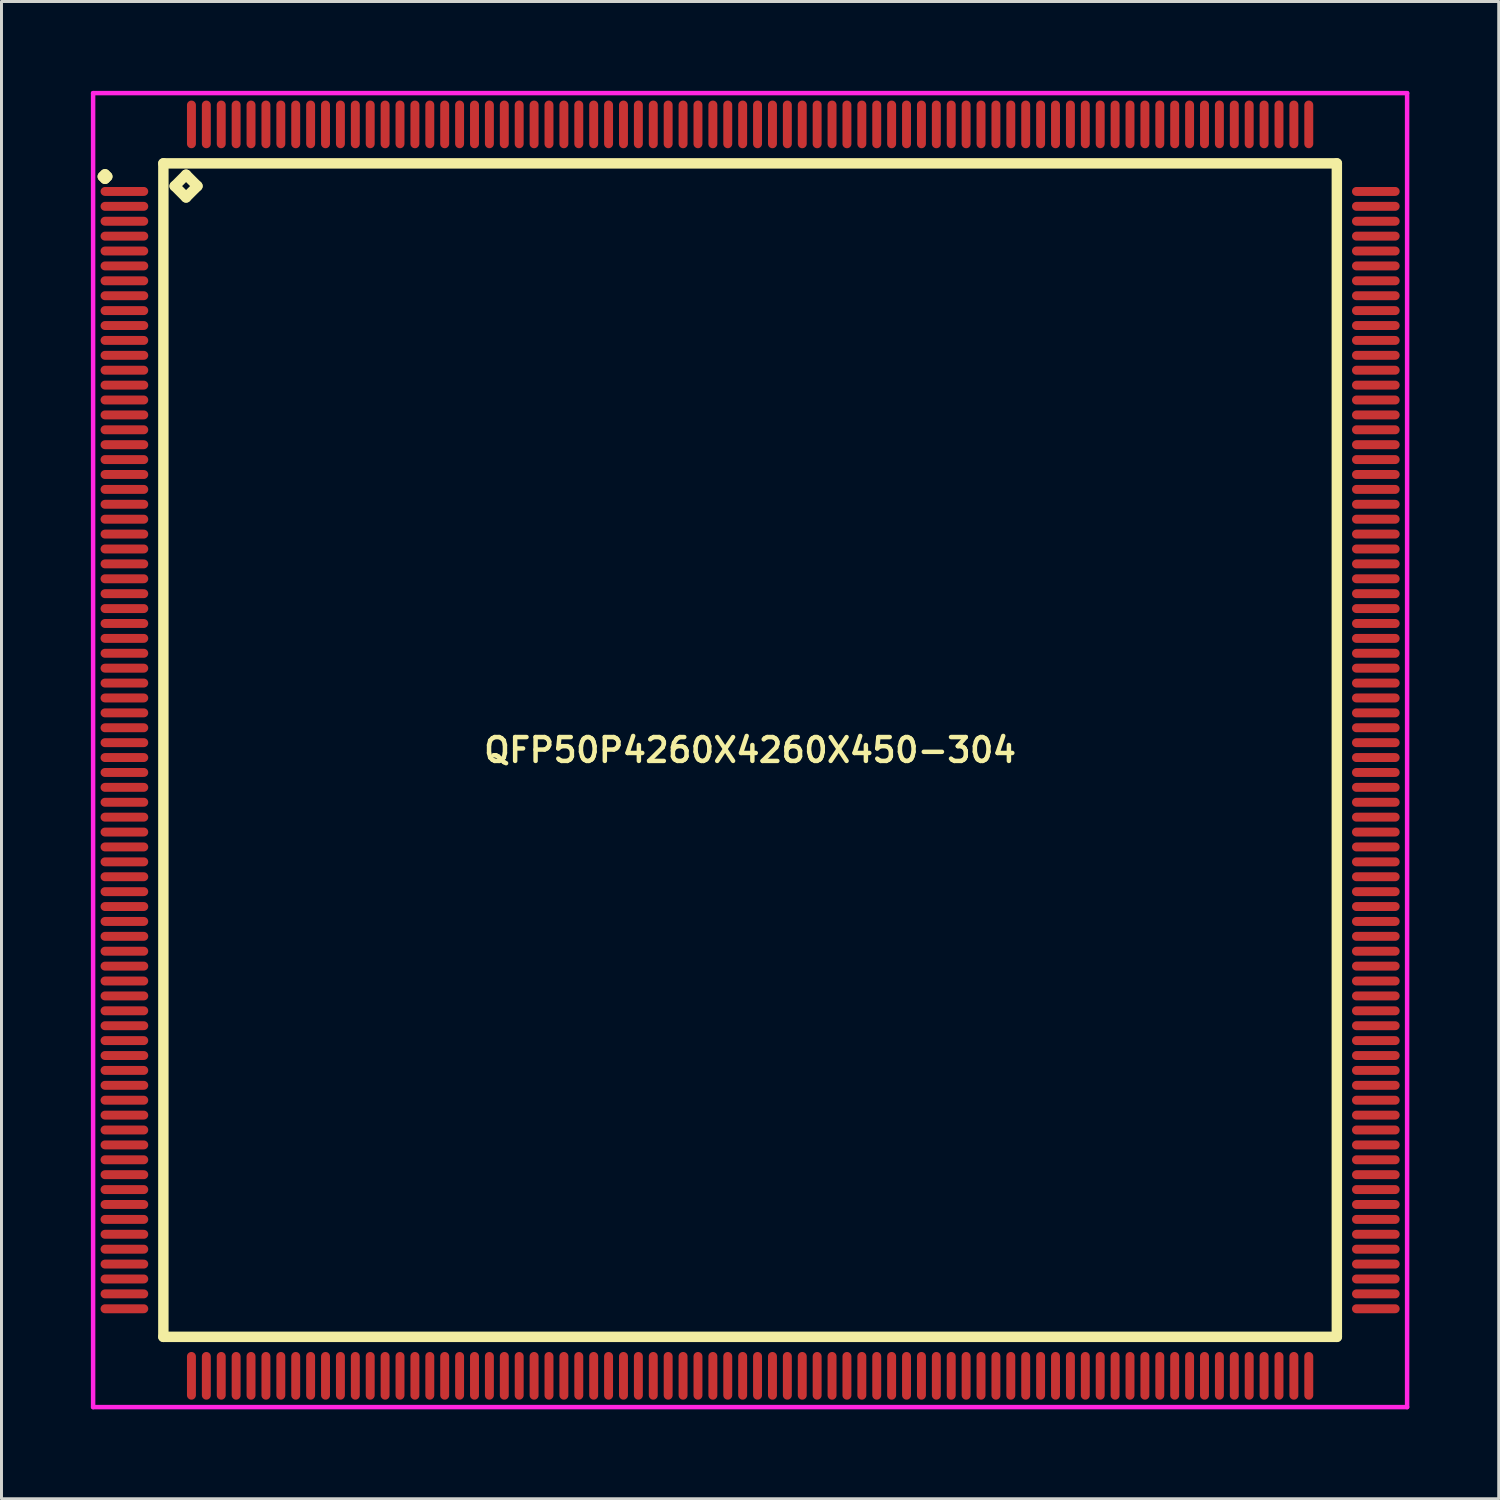
<source format=kicad_pcb>
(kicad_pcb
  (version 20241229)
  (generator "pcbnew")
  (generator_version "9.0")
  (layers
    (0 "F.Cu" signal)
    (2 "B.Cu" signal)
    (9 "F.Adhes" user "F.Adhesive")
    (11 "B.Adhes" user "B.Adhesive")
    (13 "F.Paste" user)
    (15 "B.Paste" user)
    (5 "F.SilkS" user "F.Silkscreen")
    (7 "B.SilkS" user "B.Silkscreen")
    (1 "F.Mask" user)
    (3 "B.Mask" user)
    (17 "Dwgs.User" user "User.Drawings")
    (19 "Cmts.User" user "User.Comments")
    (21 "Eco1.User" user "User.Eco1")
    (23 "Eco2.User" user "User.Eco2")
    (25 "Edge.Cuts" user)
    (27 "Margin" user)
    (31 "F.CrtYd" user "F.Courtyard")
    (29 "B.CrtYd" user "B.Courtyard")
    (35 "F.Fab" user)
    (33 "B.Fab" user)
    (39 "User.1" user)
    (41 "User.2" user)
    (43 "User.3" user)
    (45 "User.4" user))
  (footprint "QFP50P4260X4260X450-304"
    (layer "F.Cu")
    (at 22.125 22.125)
    (property "Reference" "QFP50P4260X4260X450-304" (at 0 0 0) (layer "F.SilkS") (effects (font (size 0.8 0.8) (thickness 0.15))))
    (attr through_hole)
    (fp_line (start -21.725 -19.25) (end -21.65 -19.325) (stroke (width 0.35) (type solid)) (layer "F.SilkS"))
    (fp_line (start -21.65 -19.325) (end -21.575 -19.25) (stroke (width 0.35) (type solid)) (layer "F.SilkS"))
    (fp_line (start -21.65 -19.175) (end -21.725 -19.25) (stroke (width 0.35) (type solid)) (layer "F.SilkS"))
    (fp_line (start -21.575 -19.25) (end -21.65 -19.175) (stroke (width 0.35) (type solid)) (layer "F.SilkS"))
    (fp_line (start -19.692 -19.692) (end -19.692 19.692) (stroke (width 0.35) (type solid)) (layer "F.SilkS"))
    (fp_line (start -19.692 19.692) (end 19.692 19.692) (stroke (width 0.35) (type solid)) (layer "F.SilkS"))
    (fp_line (start -19.311 -18.93) (end -18.93 -19.311) (stroke (width 0.35) (type solid)) (layer "F.SilkS"))
    (fp_line (start -18.93 -19.311) (end -18.549 -18.93) (stroke (width 0.35) (type solid)) (layer "F.SilkS"))
    (fp_line (start -18.93 -18.549) (end -19.311 -18.93) (stroke (width 0.35) (type solid)) (layer "F.SilkS"))
    (fp_line (start -18.549 -18.93) (end -18.93 -18.549) (stroke (width 0.35) (type solid)) (layer "F.SilkS"))
    (fp_line (start 19.692 -19.692) (end -19.692 -19.692) (stroke (width 0.35) (type solid)) (layer "F.SilkS"))
    (fp_line (start 19.692 19.692) (end 19.692 -19.692) (stroke (width 0.35) (type solid)) (layer "F.SilkS"))
    (fp_line (start -22.05 -22.05) (end 22.05 -22.05) (stroke (width 0.15) (type solid)) (layer "F.CrtYd"))
    (fp_line (start -22.05 22.05) (end -22.05 -22.05) (stroke (width 0.15) (type solid)) (layer "F.CrtYd"))
    (fp_line (start 22.05 -22.05) (end 22.05 22.05) (stroke (width 0.15) (type solid)) (layer "F.CrtYd"))
    (fp_line (start 22.05 22.05) (end -22.05 22.05) (stroke (width 0.15) (type solid)) (layer "F.CrtYd"))
    (pad "1" smd oval (at -21 -18.75) (size 1.6 0.3) (layers "F.Cu" "F.Mask" "F.Paste"))
    (pad "2" smd oval (at -21 -18.25) (size 1.6 0.3) (layers "F.Cu" "F.Mask" "F.Paste"))
    (pad "3" smd oval (at -21 -17.75) (size 1.6 0.3) (layers "F.Cu" "F.Mask" "F.Paste"))
    (pad "4" smd oval (at -21 -17.25) (size 1.6 0.3) (layers "F.Cu" "F.Mask" "F.Paste"))
    (pad "5" smd oval (at -21 -16.75) (size 1.6 0.3) (layers "F.Cu" "F.Mask" "F.Paste"))
    (pad "6" smd oval (at -21 -16.25) (size 1.6 0.3) (layers "F.Cu" "F.Mask" "F.Paste"))
    (pad "7" smd oval (at -21 -15.75) (size 1.6 0.3) (layers "F.Cu" "F.Mask" "F.Paste"))
    (pad "8" smd oval (at -21 -15.25) (size 1.6 0.3) (layers "F.Cu" "F.Mask" "F.Paste"))
    (pad "9" smd oval (at -21 -14.75) (size 1.6 0.3) (layers "F.Cu" "F.Mask" "F.Paste"))
    (pad "10" smd oval (at -21 -14.25) (size 1.6 0.3) (layers "F.Cu" "F.Mask" "F.Paste"))
    (pad "11" smd oval (at -21 -13.75) (size 1.6 0.3) (layers "F.Cu" "F.Mask" "F.Paste"))
    (pad "12" smd oval (at -21 -13.25) (size 1.6 0.3) (layers "F.Cu" "F.Mask" "F.Paste"))
    (pad "13" smd oval (at -21 -12.75) (size 1.6 0.3) (layers "F.Cu" "F.Mask" "F.Paste"))
    (pad "14" smd oval (at -21 -12.25) (size 1.6 0.3) (layers "F.Cu" "F.Mask" "F.Paste"))
    (pad "15" smd oval (at -21 -11.75) (size 1.6 0.3) (layers "F.Cu" "F.Mask" "F.Paste"))
    (pad "16" smd oval (at -21 -11.25) (size 1.6 0.3) (layers "F.Cu" "F.Mask" "F.Paste"))
    (pad "17" smd oval (at -21 -10.75) (size 1.6 0.3) (layers "F.Cu" "F.Mask" "F.Paste"))
    (pad "18" smd oval (at -21 -10.25) (size 1.6 0.3) (layers "F.Cu" "F.Mask" "F.Paste"))
    (pad "19" smd oval (at -21 -9.75) (size 1.6 0.3) (layers "F.Cu" "F.Mask" "F.Paste"))
    (pad "20" smd oval (at -21 -9.25) (size 1.6 0.3) (layers "F.Cu" "F.Mask" "F.Paste"))
    (pad "21" smd oval (at -21 -8.75) (size 1.6 0.3) (layers "F.Cu" "F.Mask" "F.Paste"))
    (pad "22" smd oval (at -21 -8.25) (size 1.6 0.3) (layers "F.Cu" "F.Mask" "F.Paste"))
    (pad "23" smd oval (at -21 -7.75) (size 1.6 0.3) (layers "F.Cu" "F.Mask" "F.Paste"))
    (pad "24" smd oval (at -21 -7.25) (size 1.6 0.3) (layers "F.Cu" "F.Mask" "F.Paste"))
    (pad "25" smd oval (at -21 -6.75) (size 1.6 0.3) (layers "F.Cu" "F.Mask" "F.Paste"))
    (pad "26" smd oval (at -21 -6.25) (size 1.6 0.3) (layers "F.Cu" "F.Mask" "F.Paste"))
    (pad "27" smd oval (at -21 -5.75) (size 1.6 0.3) (layers "F.Cu" "F.Mask" "F.Paste"))
    (pad "28" smd oval (at -21 -5.25) (size 1.6 0.3) (layers "F.Cu" "F.Mask" "F.Paste"))
    (pad "29" smd oval (at -21 -4.75) (size 1.6 0.3) (layers "F.Cu" "F.Mask" "F.Paste"))
    (pad "30" smd oval (at -21 -4.25) (size 1.6 0.3) (layers "F.Cu" "F.Mask" "F.Paste"))
    (pad "31" smd oval (at -21 -3.75) (size 1.6 0.3) (layers "F.Cu" "F.Mask" "F.Paste"))
    (pad "32" smd oval (at -21 -3.25) (size 1.6 0.3) (layers "F.Cu" "F.Mask" "F.Paste"))
    (pad "33" smd oval (at -21 -2.75) (size 1.6 0.3) (layers "F.Cu" "F.Mask" "F.Paste"))
    (pad "34" smd oval (at -21 -2.25) (size 1.6 0.3) (layers "F.Cu" "F.Mask" "F.Paste"))
    (pad "35" smd oval (at -21 -1.75) (size 1.6 0.3) (layers "F.Cu" "F.Mask" "F.Paste"))
    (pad "36" smd oval (at -21 -1.25) (size 1.6 0.3) (layers "F.Cu" "F.Mask" "F.Paste"))
    (pad "37" smd oval (at -21 -0.75) (size 1.6 0.3) (layers "F.Cu" "F.Mask" "F.Paste"))
    (pad "38" smd oval (at -21 -0.25) (size 1.6 0.3) (layers "F.Cu" "F.Mask" "F.Paste"))
    (pad "39" smd oval (at -21 0.25) (size 1.6 0.3) (layers "F.Cu" "F.Mask" "F.Paste"))
    (pad "40" smd oval (at -21 0.75) (size 1.6 0.3) (layers "F.Cu" "F.Mask" "F.Paste"))
    (pad "41" smd oval (at -21 1.25) (size 1.6 0.3) (layers "F.Cu" "F.Mask" "F.Paste"))
    (pad "42" smd oval (at -21 1.75) (size 1.6 0.3) (layers "F.Cu" "F.Mask" "F.Paste"))
    (pad "43" smd oval (at -21 2.25) (size 1.6 0.3) (layers "F.Cu" "F.Mask" "F.Paste"))
    (pad "44" smd oval (at -21 2.75) (size 1.6 0.3) (layers "F.Cu" "F.Mask" "F.Paste"))
    (pad "45" smd oval (at -21 3.25) (size 1.6 0.3) (layers "F.Cu" "F.Mask" "F.Paste"))
    (pad "46" smd oval (at -21 3.75) (size 1.6 0.3) (layers "F.Cu" "F.Mask" "F.Paste"))
    (pad "47" smd oval (at -21 4.25) (size 1.6 0.3) (layers "F.Cu" "F.Mask" "F.Paste"))
    (pad "48" smd oval (at -21 4.75) (size 1.6 0.3) (layers "F.Cu" "F.Mask" "F.Paste"))
    (pad "49" smd oval (at -21 5.25) (size 1.6 0.3) (layers "F.Cu" "F.Mask" "F.Paste"))
    (pad "50" smd oval (at -21 5.75) (size 1.6 0.3) (layers "F.Cu" "F.Mask" "F.Paste"))
    (pad "51" smd oval (at -21 6.25) (size 1.6 0.3) (layers "F.Cu" "F.Mask" "F.Paste"))
    (pad "52" smd oval (at -21 6.75) (size 1.6 0.3) (layers "F.Cu" "F.Mask" "F.Paste"))
    (pad "53" smd oval (at -21 7.25) (size 1.6 0.3) (layers "F.Cu" "F.Mask" "F.Paste"))
    (pad "54" smd oval (at -21 7.75) (size 1.6 0.3) (layers "F.Cu" "F.Mask" "F.Paste"))
    (pad "55" smd oval (at -21 8.25) (size 1.6 0.3) (layers "F.Cu" "F.Mask" "F.Paste"))
    (pad "56" smd oval (at -21 8.75) (size 1.6 0.3) (layers "F.Cu" "F.Mask" "F.Paste"))
    (pad "57" smd oval (at -21 9.25) (size 1.6 0.3) (layers "F.Cu" "F.Mask" "F.Paste"))
    (pad "58" smd oval (at -21 9.75) (size 1.6 0.3) (layers "F.Cu" "F.Mask" "F.Paste"))
    (pad "59" smd oval (at -21 10.25) (size 1.6 0.3) (layers "F.Cu" "F.Mask" "F.Paste"))
    (pad "60" smd oval (at -21 10.75) (size 1.6 0.3) (layers "F.Cu" "F.Mask" "F.Paste"))
    (pad "61" smd oval (at -21 11.25) (size 1.6 0.3) (layers "F.Cu" "F.Mask" "F.Paste"))
    (pad "62" smd oval (at -21 11.75) (size 1.6 0.3) (layers "F.Cu" "F.Mask" "F.Paste"))
    (pad "63" smd oval (at -21 12.25) (size 1.6 0.3) (layers "F.Cu" "F.Mask" "F.Paste"))
    (pad "64" smd oval (at -21 12.75) (size 1.6 0.3) (layers "F.Cu" "F.Mask" "F.Paste"))
    (pad "65" smd oval (at -21 13.25) (size 1.6 0.3) (layers "F.Cu" "F.Mask" "F.Paste"))
    (pad "66" smd oval (at -21 13.75) (size 1.6 0.3) (layers "F.Cu" "F.Mask" "F.Paste"))
    (pad "67" smd oval (at -21 14.25) (size 1.6 0.3) (layers "F.Cu" "F.Mask" "F.Paste"))
    (pad "68" smd oval (at -21 14.75) (size 1.6 0.3) (layers "F.Cu" "F.Mask" "F.Paste"))
    (pad "69" smd oval (at -21 15.25) (size 1.6 0.3) (layers "F.Cu" "F.Mask" "F.Paste"))
    (pad "70" smd oval (at -21 15.75) (size 1.6 0.3) (layers "F.Cu" "F.Mask" "F.Paste"))
    (pad "71" smd oval (at -21 16.25) (size 1.6 0.3) (layers "F.Cu" "F.Mask" "F.Paste"))
    (pad "72" smd oval (at -21 16.75) (size 1.6 0.3) (layers "F.Cu" "F.Mask" "F.Paste"))
    (pad "73" smd oval (at -21 17.25) (size 1.6 0.3) (layers "F.Cu" "F.Mask" "F.Paste"))
    (pad "74" smd oval (at -21 17.75) (size 1.6 0.3) (layers "F.Cu" "F.Mask" "F.Paste"))
    (pad "75" smd oval (at -21 18.25) (size 1.6 0.3) (layers "F.Cu" "F.Mask" "F.Paste"))
    (pad "76" smd oval (at -21 18.75) (size 1.6 0.3) (layers "F.Cu" "F.Mask" "F.Paste"))
    (pad "77" smd oval (at -18.75 21) (size 0.3 1.6) (layers "F.Cu" "F.Mask" "F.Paste"))
    (pad "78" smd oval (at -18.25 21) (size 0.3 1.6) (layers "F.Cu" "F.Mask" "F.Paste"))
    (pad "79" smd oval (at -17.75 21) (size 0.3 1.6) (layers "F.Cu" "F.Mask" "F.Paste"))
    (pad "80" smd oval (at -17.25 21) (size 0.3 1.6) (layers "F.Cu" "F.Mask" "F.Paste"))
    (pad "81" smd oval (at -16.75 21) (size 0.3 1.6) (layers "F.Cu" "F.Mask" "F.Paste"))
    (pad "82" smd oval (at -16.25 21) (size 0.3 1.6) (layers "F.Cu" "F.Mask" "F.Paste"))
    (pad "83" smd oval (at -15.75 21) (size 0.3 1.6) (layers "F.Cu" "F.Mask" "F.Paste"))
    (pad "84" smd oval (at -15.25 21) (size 0.3 1.6) (layers "F.Cu" "F.Mask" "F.Paste"))
    (pad "85" smd oval (at -14.75 21) (size 0.3 1.6) (layers "F.Cu" "F.Mask" "F.Paste"))
    (pad "86" smd oval (at -14.25 21) (size 0.3 1.6) (layers "F.Cu" "F.Mask" "F.Paste"))
    (pad "87" smd oval (at -13.75 21) (size 0.3 1.6) (layers "F.Cu" "F.Mask" "F.Paste"))
    (pad "88" smd oval (at -13.25 21) (size 0.3 1.6) (layers "F.Cu" "F.Mask" "F.Paste"))
    (pad "89" smd oval (at -12.75 21) (size 0.3 1.6) (layers "F.Cu" "F.Mask" "F.Paste"))
    (pad "90" smd oval (at -12.25 21) (size 0.3 1.6) (layers "F.Cu" "F.Mask" "F.Paste"))
    (pad "91" smd oval (at -11.75 21) (size 0.3 1.6) (layers "F.Cu" "F.Mask" "F.Paste"))
    (pad "92" smd oval (at -11.25 21) (size 0.3 1.6) (layers "F.Cu" "F.Mask" "F.Paste"))
    (pad "93" smd oval (at -10.75 21) (size 0.3 1.6) (layers "F.Cu" "F.Mask" "F.Paste"))
    (pad "94" smd oval (at -10.25 21) (size 0.3 1.6) (layers "F.Cu" "F.Mask" "F.Paste"))
    (pad "95" smd oval (at -9.75 21) (size 0.3 1.6) (layers "F.Cu" "F.Mask" "F.Paste"))
    (pad "96" smd oval (at -9.25 21) (size 0.3 1.6) (layers "F.Cu" "F.Mask" "F.Paste"))
    (pad "97" smd oval (at -8.75 21) (size 0.3 1.6) (layers "F.Cu" "F.Mask" "F.Paste"))
    (pad "98" smd oval (at -8.25 21) (size 0.3 1.6) (layers "F.Cu" "F.Mask" "F.Paste"))
    (pad "99" smd oval (at -7.75 21) (size 0.3 1.6) (layers "F.Cu" "F.Mask" "F.Paste"))
    (pad "100" smd oval (at -7.25 21) (size 0.3 1.6) (layers "F.Cu" "F.Mask" "F.Paste"))
    (pad "101" smd oval (at -6.75 21) (size 0.3 1.6) (layers "F.Cu" "F.Mask" "F.Paste"))
    (pad "102" smd oval (at -6.25 21) (size 0.3 1.6) (layers "F.Cu" "F.Mask" "F.Paste"))
    (pad "103" smd oval (at -5.75 21) (size 0.3 1.6) (layers "F.Cu" "F.Mask" "F.Paste"))
    (pad "104" smd oval (at -5.25 21) (size 0.3 1.6) (layers "F.Cu" "F.Mask" "F.Paste"))
    (pad "105" smd oval (at -4.75 21) (size 0.3 1.6) (layers "F.Cu" "F.Mask" "F.Paste"))
    (pad "106" smd oval (at -4.25 21) (size 0.3 1.6) (layers "F.Cu" "F.Mask" "F.Paste"))
    (pad "107" smd oval (at -3.75 21) (size 0.3 1.6) (layers "F.Cu" "F.Mask" "F.Paste"))
    (pad "108" smd oval (at -3.25 21) (size 0.3 1.6) (layers "F.Cu" "F.Mask" "F.Paste"))
    (pad "109" smd oval (at -2.75 21) (size 0.3 1.6) (layers "F.Cu" "F.Mask" "F.Paste"))
    (pad "110" smd oval (at -2.25 21) (size 0.3 1.6) (layers "F.Cu" "F.Mask" "F.Paste"))
    (pad "111" smd oval (at -1.75 21) (size 0.3 1.6) (layers "F.Cu" "F.Mask" "F.Paste"))
    (pad "112" smd oval (at -1.25 21) (size 0.3 1.6) (layers "F.Cu" "F.Mask" "F.Paste"))
    (pad "113" smd oval (at -0.75 21) (size 0.3 1.6) (layers "F.Cu" "F.Mask" "F.Paste"))
    (pad "114" smd oval (at -0.25 21) (size 0.3 1.6) (layers "F.Cu" "F.Mask" "F.Paste"))
    (pad "115" smd oval (at 0.25 21) (size 0.3 1.6) (layers "F.Cu" "F.Mask" "F.Paste"))
    (pad "116" smd oval (at 0.75 21) (size 0.3 1.6) (layers "F.Cu" "F.Mask" "F.Paste"))
    (pad "117" smd oval (at 1.25 21) (size 0.3 1.6) (layers "F.Cu" "F.Mask" "F.Paste"))
    (pad "118" smd oval (at 1.75 21) (size 0.3 1.6) (layers "F.Cu" "F.Mask" "F.Paste"))
    (pad "119" smd oval (at 2.25 21) (size 0.3 1.6) (layers "F.Cu" "F.Mask" "F.Paste"))
    (pad "120" smd oval (at 2.75 21) (size 0.3 1.6) (layers "F.Cu" "F.Mask" "F.Paste"))
    (pad "121" smd oval (at 3.25 21) (size 0.3 1.6) (layers "F.Cu" "F.Mask" "F.Paste"))
    (pad "122" smd oval (at 3.75 21) (size 0.3 1.6) (layers "F.Cu" "F.Mask" "F.Paste"))
    (pad "123" smd oval (at 4.25 21) (size 0.3 1.6) (layers "F.Cu" "F.Mask" "F.Paste"))
    (pad "124" smd oval (at 4.75 21) (size 0.3 1.6) (layers "F.Cu" "F.Mask" "F.Paste"))
    (pad "125" smd oval (at 5.25 21) (size 0.3 1.6) (layers "F.Cu" "F.Mask" "F.Paste"))
    (pad "126" smd oval (at 5.75 21) (size 0.3 1.6) (layers "F.Cu" "F.Mask" "F.Paste"))
    (pad "127" smd oval (at 6.25 21) (size 0.3 1.6) (layers "F.Cu" "F.Mask" "F.Paste"))
    (pad "128" smd oval (at 6.75 21) (size 0.3 1.6) (layers "F.Cu" "F.Mask" "F.Paste"))
    (pad "129" smd oval (at 7.25 21) (size 0.3 1.6) (layers "F.Cu" "F.Mask" "F.Paste"))
    (pad "130" smd oval (at 7.75 21) (size 0.3 1.6) (layers "F.Cu" "F.Mask" "F.Paste"))
    (pad "131" smd oval (at 8.25 21) (size 0.3 1.6) (layers "F.Cu" "F.Mask" "F.Paste"))
    (pad "132" smd oval (at 8.75 21) (size 0.3 1.6) (layers "F.Cu" "F.Mask" "F.Paste"))
    (pad "133" smd oval (at 9.25 21) (size 0.3 1.6) (layers "F.Cu" "F.Mask" "F.Paste"))
    (pad "134" smd oval (at 9.75 21) (size 0.3 1.6) (layers "F.Cu" "F.Mask" "F.Paste"))
    (pad "135" smd oval (at 10.25 21) (size 0.3 1.6) (layers "F.Cu" "F.Mask" "F.Paste"))
    (pad "136" smd oval (at 10.75 21) (size 0.3 1.6) (layers "F.Cu" "F.Mask" "F.Paste"))
    (pad "137" smd oval (at 11.25 21) (size 0.3 1.6) (layers "F.Cu" "F.Mask" "F.Paste"))
    (pad "138" smd oval (at 11.75 21) (size 0.3 1.6) (layers "F.Cu" "F.Mask" "F.Paste"))
    (pad "139" smd oval (at 12.25 21) (size 0.3 1.6) (layers "F.Cu" "F.Mask" "F.Paste"))
    (pad "140" smd oval (at 12.75 21) (size 0.3 1.6) (layers "F.Cu" "F.Mask" "F.Paste"))
    (pad "141" smd oval (at 13.25 21) (size 0.3 1.6) (layers "F.Cu" "F.Mask" "F.Paste"))
    (pad "142" smd oval (at 13.75 21) (size 0.3 1.6) (layers "F.Cu" "F.Mask" "F.Paste"))
    (pad "143" smd oval (at 14.25 21) (size 0.3 1.6) (layers "F.Cu" "F.Mask" "F.Paste"))
    (pad "144" smd oval (at 14.75 21) (size 0.3 1.6) (layers "F.Cu" "F.Mask" "F.Paste"))
    (pad "145" smd oval (at 15.25 21) (size 0.3 1.6) (layers "F.Cu" "F.Mask" "F.Paste"))
    (pad "146" smd oval (at 15.75 21) (size 0.3 1.6) (layers "F.Cu" "F.Mask" "F.Paste"))
    (pad "147" smd oval (at 16.25 21) (size 0.3 1.6) (layers "F.Cu" "F.Mask" "F.Paste"))
    (pad "148" smd oval (at 16.75 21) (size 0.3 1.6) (layers "F.Cu" "F.Mask" "F.Paste"))
    (pad "149" smd oval (at 17.25 21) (size 0.3 1.6) (layers "F.Cu" "F.Mask" "F.Paste"))
    (pad "150" smd oval (at 17.75 21) (size 0.3 1.6) (layers "F.Cu" "F.Mask" "F.Paste"))
    (pad "151" smd oval (at 18.25 21) (size 0.3 1.6) (layers "F.Cu" "F.Mask" "F.Paste"))
    (pad "152" smd oval (at 18.75 21) (size 0.3 1.6) (layers "F.Cu" "F.Mask" "F.Paste"))
    (pad "153" smd oval (at 21 18.75) (size 1.6 0.3) (layers "F.Cu" "F.Mask" "F.Paste"))
    (pad "154" smd oval (at 21 18.25) (size 1.6 0.3) (layers "F.Cu" "F.Mask" "F.Paste"))
    (pad "155" smd oval (at 21 17.75) (size 1.6 0.3) (layers "F.Cu" "F.Mask" "F.Paste"))
    (pad "156" smd oval (at 21 17.25) (size 1.6 0.3) (layers "F.Cu" "F.Mask" "F.Paste"))
    (pad "157" smd oval (at 21 16.75) (size 1.6 0.3) (layers "F.Cu" "F.Mask" "F.Paste"))
    (pad "158" smd oval (at 21 16.25) (size 1.6 0.3) (layers "F.Cu" "F.Mask" "F.Paste"))
    (pad "159" smd oval (at 21 15.75) (size 1.6 0.3) (layers "F.Cu" "F.Mask" "F.Paste"))
    (pad "160" smd oval (at 21 15.25) (size 1.6 0.3) (layers "F.Cu" "F.Mask" "F.Paste"))
    (pad "161" smd oval (at 21 14.75) (size 1.6 0.3) (layers "F.Cu" "F.Mask" "F.Paste"))
    (pad "162" smd oval (at 21 14.25) (size 1.6 0.3) (layers "F.Cu" "F.Mask" "F.Paste"))
    (pad "163" smd oval (at 21 13.75) (size 1.6 0.3) (layers "F.Cu" "F.Mask" "F.Paste"))
    (pad "164" smd oval (at 21 13.25) (size 1.6 0.3) (layers "F.Cu" "F.Mask" "F.Paste"))
    (pad "165" smd oval (at 21 12.75) (size 1.6 0.3) (layers "F.Cu" "F.Mask" "F.Paste"))
    (pad "166" smd oval (at 21 12.25) (size 1.6 0.3) (layers "F.Cu" "F.Mask" "F.Paste"))
    (pad "167" smd oval (at 21 11.75) (size 1.6 0.3) (layers "F.Cu" "F.Mask" "F.Paste"))
    (pad "168" smd oval (at 21 11.25) (size 1.6 0.3) (layers "F.Cu" "F.Mask" "F.Paste"))
    (pad "169" smd oval (at 21 10.75) (size 1.6 0.3) (layers "F.Cu" "F.Mask" "F.Paste"))
    (pad "170" smd oval (at 21 10.25) (size 1.6 0.3) (layers "F.Cu" "F.Mask" "F.Paste"))
    (pad "171" smd oval (at 21 9.75) (size 1.6 0.3) (layers "F.Cu" "F.Mask" "F.Paste"))
    (pad "172" smd oval (at 21 9.25) (size 1.6 0.3) (layers "F.Cu" "F.Mask" "F.Paste"))
    (pad "173" smd oval (at 21 8.75) (size 1.6 0.3) (layers "F.Cu" "F.Mask" "F.Paste"))
    (pad "174" smd oval (at 21 8.25) (size 1.6 0.3) (layers "F.Cu" "F.Mask" "F.Paste"))
    (pad "175" smd oval (at 21 7.75) (size 1.6 0.3) (layers "F.Cu" "F.Mask" "F.Paste"))
    (pad "176" smd oval (at 21 7.25) (size 1.6 0.3) (layers "F.Cu" "F.Mask" "F.Paste"))
    (pad "177" smd oval (at 21 6.75) (size 1.6 0.3) (layers "F.Cu" "F.Mask" "F.Paste"))
    (pad "178" smd oval (at 21 6.25) (size 1.6 0.3) (layers "F.Cu" "F.Mask" "F.Paste"))
    (pad "179" smd oval (at 21 5.75) (size 1.6 0.3) (layers "F.Cu" "F.Mask" "F.Paste"))
    (pad "180" smd oval (at 21 5.25) (size 1.6 0.3) (layers "F.Cu" "F.Mask" "F.Paste"))
    (pad "181" smd oval (at 21 4.75) (size 1.6 0.3) (layers "F.Cu" "F.Mask" "F.Paste"))
    (pad "182" smd oval (at 21 4.25) (size 1.6 0.3) (layers "F.Cu" "F.Mask" "F.Paste"))
    (pad "183" smd oval (at 21 3.75) (size 1.6 0.3) (layers "F.Cu" "F.Mask" "F.Paste"))
    (pad "184" smd oval (at 21 3.25) (size 1.6 0.3) (layers "F.Cu" "F.Mask" "F.Paste"))
    (pad "185" smd oval (at 21 2.75) (size 1.6 0.3) (layers "F.Cu" "F.Mask" "F.Paste"))
    (pad "186" smd oval (at 21 2.25) (size 1.6 0.3) (layers "F.Cu" "F.Mask" "F.Paste"))
    (pad "187" smd oval (at 21 1.75) (size 1.6 0.3) (layers "F.Cu" "F.Mask" "F.Paste"))
    (pad "188" smd oval (at 21 1.25) (size 1.6 0.3) (layers "F.Cu" "F.Mask" "F.Paste"))
    (pad "189" smd oval (at 21 0.75) (size 1.6 0.3) (layers "F.Cu" "F.Mask" "F.Paste"))
    (pad "190" smd oval (at 21 0.25) (size 1.6 0.3) (layers "F.Cu" "F.Mask" "F.Paste"))
    (pad "191" smd oval (at 21 -0.25) (size 1.6 0.3) (layers "F.Cu" "F.Mask" "F.Paste"))
    (pad "192" smd oval (at 21 -0.75) (size 1.6 0.3) (layers "F.Cu" "F.Mask" "F.Paste"))
    (pad "193" smd oval (at 21 -1.25) (size 1.6 0.3) (layers "F.Cu" "F.Mask" "F.Paste"))
    (pad "194" smd oval (at 21 -1.75) (size 1.6 0.3) (layers "F.Cu" "F.Mask" "F.Paste"))
    (pad "195" smd oval (at 21 -2.25) (size 1.6 0.3) (layers "F.Cu" "F.Mask" "F.Paste"))
    (pad "196" smd oval (at 21 -2.75) (size 1.6 0.3) (layers "F.Cu" "F.Mask" "F.Paste"))
    (pad "197" smd oval (at 21 -3.25) (size 1.6 0.3) (layers "F.Cu" "F.Mask" "F.Paste"))
    (pad "198" smd oval (at 21 -3.75) (size 1.6 0.3) (layers "F.Cu" "F.Mask" "F.Paste"))
    (pad "199" smd oval (at 21 -4.25) (size 1.6 0.3) (layers "F.Cu" "F.Mask" "F.Paste"))
    (pad "200" smd oval (at 21 -4.75) (size 1.6 0.3) (layers "F.Cu" "F.Mask" "F.Paste"))
    (pad "201" smd oval (at 21 -5.25) (size 1.6 0.3) (layers "F.Cu" "F.Mask" "F.Paste"))
    (pad "202" smd oval (at 21 -5.75) (size 1.6 0.3) (layers "F.Cu" "F.Mask" "F.Paste"))
    (pad "203" smd oval (at 21 -6.25) (size 1.6 0.3) (layers "F.Cu" "F.Mask" "F.Paste"))
    (pad "204" smd oval (at 21 -6.75) (size 1.6 0.3) (layers "F.Cu" "F.Mask" "F.Paste"))
    (pad "205" smd oval (at 21 -7.25) (size 1.6 0.3) (layers "F.Cu" "F.Mask" "F.Paste"))
    (pad "206" smd oval (at 21 -7.75) (size 1.6 0.3) (layers "F.Cu" "F.Mask" "F.Paste"))
    (pad "207" smd oval (at 21 -8.25) (size 1.6 0.3) (layers "F.Cu" "F.Mask" "F.Paste"))
    (pad "208" smd oval (at 21 -8.75) (size 1.6 0.3) (layers "F.Cu" "F.Mask" "F.Paste"))
    (pad "209" smd oval (at 21 -9.25) (size 1.6 0.3) (layers "F.Cu" "F.Mask" "F.Paste"))
    (pad "210" smd oval (at 21 -9.75) (size 1.6 0.3) (layers "F.Cu" "F.Mask" "F.Paste"))
    (pad "211" smd oval (at 21 -10.25) (size 1.6 0.3) (layers "F.Cu" "F.Mask" "F.Paste"))
    (pad "212" smd oval (at 21 -10.75) (size 1.6 0.3) (layers "F.Cu" "F.Mask" "F.Paste"))
    (pad "213" smd oval (at 21 -11.25) (size 1.6 0.3) (layers "F.Cu" "F.Mask" "F.Paste"))
    (pad "214" smd oval (at 21 -11.75) (size 1.6 0.3) (layers "F.Cu" "F.Mask" "F.Paste"))
    (pad "215" smd oval (at 21 -12.25) (size 1.6 0.3) (layers "F.Cu" "F.Mask" "F.Paste"))
    (pad "216" smd oval (at 21 -12.75) (size 1.6 0.3) (layers "F.Cu" "F.Mask" "F.Paste"))
    (pad "217" smd oval (at 21 -13.25) (size 1.6 0.3) (layers "F.Cu" "F.Mask" "F.Paste"))
    (pad "218" smd oval (at 21 -13.75) (size 1.6 0.3) (layers "F.Cu" "F.Mask" "F.Paste"))
    (pad "219" smd oval (at 21 -14.25) (size 1.6 0.3) (layers "F.Cu" "F.Mask" "F.Paste"))
    (pad "220" smd oval (at 21 -14.75) (size 1.6 0.3) (layers "F.Cu" "F.Mask" "F.Paste"))
    (pad "221" smd oval (at 21 -15.25) (size 1.6 0.3) (layers "F.Cu" "F.Mask" "F.Paste"))
    (pad "222" smd oval (at 21 -15.75) (size 1.6 0.3) (layers "F.Cu" "F.Mask" "F.Paste"))
    (pad "223" smd oval (at 21 -16.25) (size 1.6 0.3) (layers "F.Cu" "F.Mask" "F.Paste"))
    (pad "224" smd oval (at 21 -16.75) (size 1.6 0.3) (layers "F.Cu" "F.Mask" "F.Paste"))
    (pad "225" smd oval (at 21 -17.25) (size 1.6 0.3) (layers "F.Cu" "F.Mask" "F.Paste"))
    (pad "226" smd oval (at 21 -17.75) (size 1.6 0.3) (layers "F.Cu" "F.Mask" "F.Paste"))
    (pad "227" smd oval (at 21 -18.25) (size 1.6 0.3) (layers "F.Cu" "F.Mask" "F.Paste"))
    (pad "228" smd oval (at 21 -18.75) (size 1.6 0.3) (layers "F.Cu" "F.Mask" "F.Paste"))
    (pad "229" smd oval (at 18.75 -21) (size 0.3 1.6) (layers "F.Cu" "F.Mask" "F.Paste"))
    (pad "230" smd oval (at 18.25 -21) (size 0.3 1.6) (layers "F.Cu" "F.Mask" "F.Paste"))
    (pad "231" smd oval (at 17.75 -21) (size 0.3 1.6) (layers "F.Cu" "F.Mask" "F.Paste"))
    (pad "232" smd oval (at 17.25 -21) (size 0.3 1.6) (layers "F.Cu" "F.Mask" "F.Paste"))
    (pad "233" smd oval (at 16.75 -21) (size 0.3 1.6) (layers "F.Cu" "F.Mask" "F.Paste"))
    (pad "234" smd oval (at 16.25 -21) (size 0.3 1.6) (layers "F.Cu" "F.Mask" "F.Paste"))
    (pad "235" smd oval (at 15.75 -21) (size 0.3 1.6) (layers "F.Cu" "F.Mask" "F.Paste"))
    (pad "236" smd oval (at 15.25 -21) (size 0.3 1.6) (layers "F.Cu" "F.Mask" "F.Paste"))
    (pad "237" smd oval (at 14.75 -21) (size 0.3 1.6) (layers "F.Cu" "F.Mask" "F.Paste"))
    (pad "238" smd oval (at 14.25 -21) (size 0.3 1.6) (layers "F.Cu" "F.Mask" "F.Paste"))
    (pad "239" smd oval (at 13.75 -21) (size 0.3 1.6) (layers "F.Cu" "F.Mask" "F.Paste"))
    (pad "240" smd oval (at 13.25 -21) (size 0.3 1.6) (layers "F.Cu" "F.Mask" "F.Paste"))
    (pad "241" smd oval (at 12.75 -21) (size 0.3 1.6) (layers "F.Cu" "F.Mask" "F.Paste"))
    (pad "242" smd oval (at 12.25 -21) (size 0.3 1.6) (layers "F.Cu" "F.Mask" "F.Paste"))
    (pad "243" smd oval (at 11.75 -21) (size 0.3 1.6) (layers "F.Cu" "F.Mask" "F.Paste"))
    (pad "244" smd oval (at 11.25 -21) (size 0.3 1.6) (layers "F.Cu" "F.Mask" "F.Paste"))
    (pad "245" smd oval (at 10.75 -21) (size 0.3 1.6) (layers "F.Cu" "F.Mask" "F.Paste"))
    (pad "246" smd oval (at 10.25 -21) (size 0.3 1.6) (layers "F.Cu" "F.Mask" "F.Paste"))
    (pad "247" smd oval (at 9.75 -21) (size 0.3 1.6) (layers "F.Cu" "F.Mask" "F.Paste"))
    (pad "248" smd oval (at 9.25 -21) (size 0.3 1.6) (layers "F.Cu" "F.Mask" "F.Paste"))
    (pad "249" smd oval (at 8.75 -21) (size 0.3 1.6) (layers "F.Cu" "F.Mask" "F.Paste"))
    (pad "250" smd oval (at 8.25 -21) (size 0.3 1.6) (layers "F.Cu" "F.Mask" "F.Paste"))
    (pad "251" smd oval (at 7.75 -21) (size 0.3 1.6) (layers "F.Cu" "F.Mask" "F.Paste"))
    (pad "252" smd oval (at 7.25 -21) (size 0.3 1.6) (layers "F.Cu" "F.Mask" "F.Paste"))
    (pad "253" smd oval (at 6.75 -21) (size 0.3 1.6) (layers "F.Cu" "F.Mask" "F.Paste"))
    (pad "254" smd oval (at 6.25 -21) (size 0.3 1.6) (layers "F.Cu" "F.Mask" "F.Paste"))
    (pad "255" smd oval (at 5.75 -21) (size 0.3 1.6) (layers "F.Cu" "F.Mask" "F.Paste"))
    (pad "256" smd oval (at 5.25 -21) (size 0.3 1.6) (layers "F.Cu" "F.Mask" "F.Paste"))
    (pad "257" smd oval (at 4.75 -21) (size 0.3 1.6) (layers "F.Cu" "F.Mask" "F.Paste"))
    (pad "258" smd oval (at 4.25 -21) (size 0.3 1.6) (layers "F.Cu" "F.Mask" "F.Paste"))
    (pad "259" smd oval (at 3.75 -21) (size 0.3 1.6) (layers "F.Cu" "F.Mask" "F.Paste"))
    (pad "260" smd oval (at 3.25 -21) (size 0.3 1.6) (layers "F.Cu" "F.Mask" "F.Paste"))
    (pad "261" smd oval (at 2.75 -21) (size 0.3 1.6) (layers "F.Cu" "F.Mask" "F.Paste"))
    (pad "262" smd oval (at 2.25 -21) (size 0.3 1.6) (layers "F.Cu" "F.Mask" "F.Paste"))
    (pad "263" smd oval (at 1.75 -21) (size 0.3 1.6) (layers "F.Cu" "F.Mask" "F.Paste"))
    (pad "264" smd oval (at 1.25 -21) (size 0.3 1.6) (layers "F.Cu" "F.Mask" "F.Paste"))
    (pad "265" smd oval (at 0.75 -21) (size 0.3 1.6) (layers "F.Cu" "F.Mask" "F.Paste"))
    (pad "266" smd oval (at 0.25 -21) (size 0.3 1.6) (layers "F.Cu" "F.Mask" "F.Paste"))
    (pad "267" smd oval (at -0.25 -21) (size 0.3 1.6) (layers "F.Cu" "F.Mask" "F.Paste"))
    (pad "268" smd oval (at -0.75 -21) (size 0.3 1.6) (layers "F.Cu" "F.Mask" "F.Paste"))
    (pad "269" smd oval (at -1.25 -21) (size 0.3 1.6) (layers "F.Cu" "F.Mask" "F.Paste"))
    (pad "270" smd oval (at -1.75 -21) (size 0.3 1.6) (layers "F.Cu" "F.Mask" "F.Paste"))
    (pad "271" smd oval (at -2.25 -21) (size 0.3 1.6) (layers "F.Cu" "F.Mask" "F.Paste"))
    (pad "272" smd oval (at -2.75 -21) (size 0.3 1.6) (layers "F.Cu" "F.Mask" "F.Paste"))
    (pad "273" smd oval (at -3.25 -21) (size 0.3 1.6) (layers "F.Cu" "F.Mask" "F.Paste"))
    (pad "274" smd oval (at -3.75 -21) (size 0.3 1.6) (layers "F.Cu" "F.Mask" "F.Paste"))
    (pad "275" smd oval (at -4.25 -21) (size 0.3 1.6) (layers "F.Cu" "F.Mask" "F.Paste"))
    (pad "276" smd oval (at -4.75 -21) (size 0.3 1.6) (layers "F.Cu" "F.Mask" "F.Paste"))
    (pad "277" smd oval (at -5.25 -21) (size 0.3 1.6) (layers "F.Cu" "F.Mask" "F.Paste"))
    (pad "278" smd oval (at -5.75 -21) (size 0.3 1.6) (layers "F.Cu" "F.Mask" "F.Paste"))
    (pad "279" smd oval (at -6.25 -21) (size 0.3 1.6) (layers "F.Cu" "F.Mask" "F.Paste"))
    (pad "280" smd oval (at -6.75 -21) (size 0.3 1.6) (layers "F.Cu" "F.Mask" "F.Paste"))
    (pad "281" smd oval (at -7.25 -21) (size 0.3 1.6) (layers "F.Cu" "F.Mask" "F.Paste"))
    (pad "282" smd oval (at -7.75 -21) (size 0.3 1.6) (layers "F.Cu" "F.Mask" "F.Paste"))
    (pad "283" smd oval (at -8.25 -21) (size 0.3 1.6) (layers "F.Cu" "F.Mask" "F.Paste"))
    (pad "284" smd oval (at -8.75 -21) (size 0.3 1.6) (layers "F.Cu" "F.Mask" "F.Paste"))
    (pad "285" smd oval (at -9.25 -21) (size 0.3 1.6) (layers "F.Cu" "F.Mask" "F.Paste"))
    (pad "286" smd oval (at -9.75 -21) (size 0.3 1.6) (layers "F.Cu" "F.Mask" "F.Paste"))
    (pad "287" smd oval (at -10.25 -21) (size 0.3 1.6) (layers "F.Cu" "F.Mask" "F.Paste"))
    (pad "288" smd oval (at -10.75 -21) (size 0.3 1.6) (layers "F.Cu" "F.Mask" "F.Paste"))
    (pad "289" smd oval (at -11.25 -21) (size 0.3 1.6) (layers "F.Cu" "F.Mask" "F.Paste"))
    (pad "290" smd oval (at -11.75 -21) (size 0.3 1.6) (layers "F.Cu" "F.Mask" "F.Paste"))
    (pad "291" smd oval (at -12.25 -21) (size 0.3 1.6) (layers "F.Cu" "F.Mask" "F.Paste"))
    (pad "292" smd oval (at -12.75 -21) (size 0.3 1.6) (layers "F.Cu" "F.Mask" "F.Paste"))
    (pad "293" smd oval (at -13.25 -21) (size 0.3 1.6) (layers "F.Cu" "F.Mask" "F.Paste"))
    (pad "294" smd oval (at -13.75 -21) (size 0.3 1.6) (layers "F.Cu" "F.Mask" "F.Paste"))
    (pad "295" smd oval (at -14.25 -21) (size 0.3 1.6) (layers "F.Cu" "F.Mask" "F.Paste"))
    (pad "296" smd oval (at -14.75 -21) (size 0.3 1.6) (layers "F.Cu" "F.Mask" "F.Paste"))
    (pad "297" smd oval (at -15.25 -21) (size 0.3 1.6) (layers "F.Cu" "F.Mask" "F.Paste"))
    (pad "298" smd oval (at -15.75 -21) (size 0.3 1.6) (layers "F.Cu" "F.Mask" "F.Paste"))
    (pad "299" smd oval (at -16.25 -21) (size 0.3 1.6) (layers "F.Cu" "F.Mask" "F.Paste"))
    (pad "300" smd oval (at -16.75 -21) (size 0.3 1.6) (layers "F.Cu" "F.Mask" "F.Paste"))
    (pad "301" smd oval (at -17.25 -21) (size 0.3 1.6) (layers "F.Cu" "F.Mask" "F.Paste"))
    (pad "302" smd oval (at -17.75 -21) (size 0.3 1.6) (layers "F.Cu" "F.Mask" "F.Paste"))
    (pad "303" smd oval (at -18.25 -21) (size 0.3 1.6) (layers "F.Cu" "F.Mask" "F.Paste"))
    (pad "304" smd oval (at -18.75 -21) (size 0.3 1.6) (layers "F.Cu" "F.Mask" "F.Paste")))
  (gr_rect
    (start -3 -3)
    (end 47.25 47.25)
    (stroke (width 0.1) (type default))
    (fill no)
    (layer "Edge.Cuts")))
</source>
